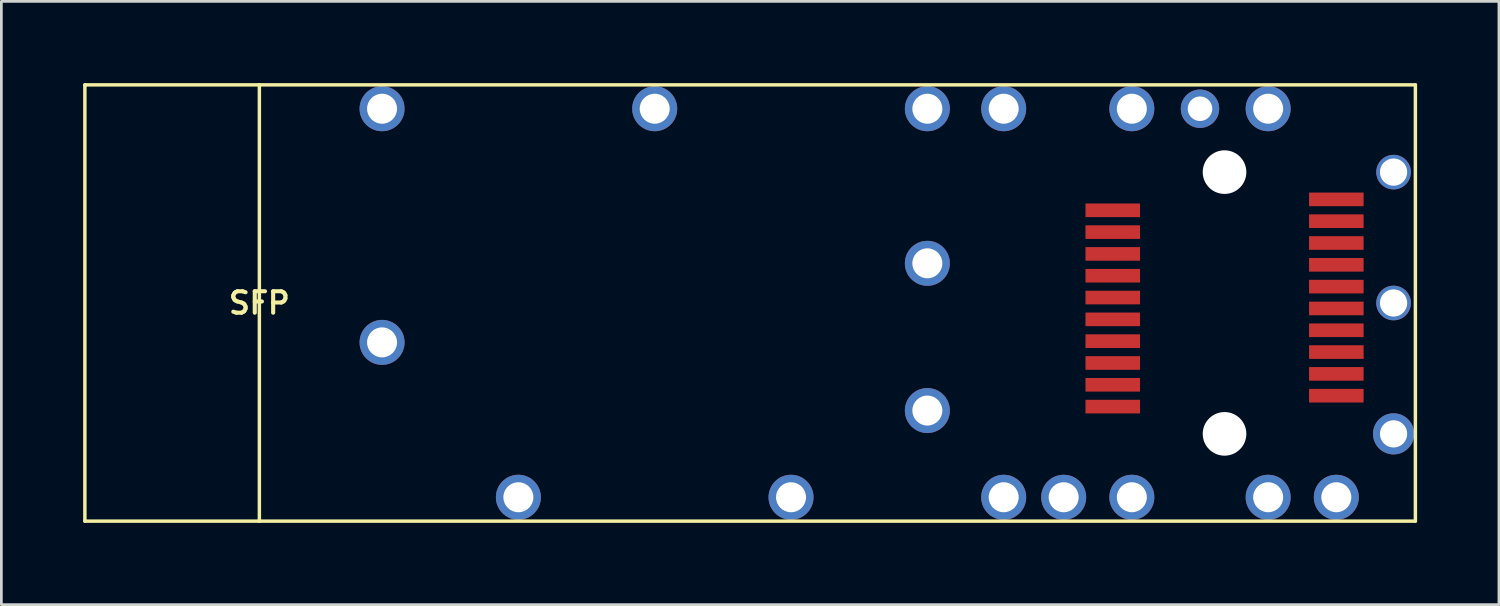
<source format=kicad_pcb>
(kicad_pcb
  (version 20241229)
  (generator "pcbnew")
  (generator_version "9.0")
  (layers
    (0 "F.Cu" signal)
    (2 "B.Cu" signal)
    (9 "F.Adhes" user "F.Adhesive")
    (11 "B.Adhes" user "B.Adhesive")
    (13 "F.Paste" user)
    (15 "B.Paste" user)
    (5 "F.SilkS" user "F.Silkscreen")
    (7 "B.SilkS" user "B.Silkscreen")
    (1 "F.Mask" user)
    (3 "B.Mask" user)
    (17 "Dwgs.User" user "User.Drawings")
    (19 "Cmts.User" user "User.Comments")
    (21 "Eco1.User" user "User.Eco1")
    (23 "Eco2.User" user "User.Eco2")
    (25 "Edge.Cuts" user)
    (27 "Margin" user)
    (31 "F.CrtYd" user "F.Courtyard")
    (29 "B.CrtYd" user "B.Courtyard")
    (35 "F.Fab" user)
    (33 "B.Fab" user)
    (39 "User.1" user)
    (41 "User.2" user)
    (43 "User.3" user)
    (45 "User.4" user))
  (footprint "SFP"
    (layer "F.Cu")
    (at 6.463 8.063)
    (property "Reference" "SFP" (at 0 0 0) (layer "F.SilkS") (effects (font (size 0.787 0.787) (thickness 0.15))))
    (attr through_hole)
    (fp_line (start -6.4 -8) (end -6.4 8) (stroke (width 0.127) (type solid)) (layer "F.SilkS"))
    (fp_line (start -6.4 8) (end 0 8) (stroke (width 0.127) (type solid)) (layer "F.SilkS"))
    (fp_line (start 0 -8) (end -6.4 -8) (stroke (width 0.127) (type solid)) (layer "F.SilkS"))
    (fp_line (start 0 -8) (end 0 8) (stroke (width 0.127) (type solid)) (layer "F.SilkS"))
    (fp_line (start 0 8) (end 42.4 8) (stroke (width 0.127) (type solid)) (layer "F.SilkS"))
    (fp_line (start 42.4 -8) (end 0 -8) (stroke (width 0.127) (type solid)) (layer "F.SilkS"))
    (fp_line (start 42.4 8) (end 42.4 -8) (stroke (width 0.127) (type solid)) (layer "F.SilkS"))
    (pad "" np_thru_hole circle (at 35.4 -4.8) (size 1.6 1.6) (drill 1.6) (layers "*.Cu" "*.Mask"))
    (pad "" np_thru_hole circle (at 35.4 4.8) (size 1.6 1.6) (drill 1.6) (layers "*.Cu" "*.Mask"))
    (pad "1" smd rect (at 31.3 -3.4) (size 2 0.5) (layers "F.Cu" "F.Mask" "F.Paste"))
    (pad "2" smd rect (at 31.3 -2.6) (size 2 0.5) (layers "F.Cu" "F.Mask" "F.Paste"))
    (pad "3" smd rect (at 31.3 -1.8) (size 2 0.5) (layers "F.Cu" "F.Mask" "F.Paste"))
    (pad "4" smd rect (at 31.3 -1) (size 2 0.5) (layers "F.Cu" "F.Mask" "F.Paste"))
    (pad "5" smd rect (at 31.3 -0.2) (size 2 0.5) (layers "F.Cu" "F.Mask" "F.Paste"))
    (pad "6" smd rect (at 31.3 0.6) (size 2 0.5) (layers "F.Cu" "F.Mask" "F.Paste"))
    (pad "7" smd rect (at 31.3 1.4) (size 2 0.5) (layers "F.Cu" "F.Mask" "F.Paste"))
    (pad "8" smd rect (at 31.3 2.2) (size 2 0.5) (layers "F.Cu" "F.Mask" "F.Paste"))
    (pad "9" smd rect (at 31.3 3) (size 2 0.5) (layers "F.Cu" "F.Mask" "F.Paste"))
    (pad "10" smd rect (at 31.3 3.8) (size 2 0.5) (layers "F.Cu" "F.Mask" "F.Paste"))
    (pad "11" smd rect (at 39.5 3.4) (size 2 0.5) (layers "F.Cu" "F.Mask" "F.Paste"))
    (pad "12" smd rect (at 39.5 2.6) (size 2 0.5) (layers "F.Cu" "F.Mask" "F.Paste"))
    (pad "13" smd rect (at 39.5 1.8) (size 2 0.5) (layers "F.Cu" "F.Mask" "F.Paste"))
    (pad "14" smd rect (at 39.5 1) (size 2 0.5) (layers "F.Cu" "F.Mask" "F.Paste"))
    (pad "15" smd rect (at 39.5 0.2) (size 2 0.5) (layers "F.Cu" "F.Mask" "F.Paste"))
    (pad "16" smd rect (at 39.5 -0.6) (size 2 0.5) (layers "F.Cu" "F.Mask" "F.Paste"))
    (pad "17" smd rect (at 39.5 -1.4) (size 2 0.5) (layers "F.Cu" "F.Mask" "F.Paste"))
    (pad "18" smd rect (at 39.5 -2.2) (size 2 0.5) (layers "F.Cu" "F.Mask" "F.Paste"))
    (pad "19" smd rect (at 39.5 -3) (size 2 0.5) (layers "F.Cu" "F.Mask" "F.Paste"))
    (pad "20" smd rect (at 39.5 -3.8) (size 2 0.5) (layers "F.Cu" "F.Mask" "F.Paste"))
    (pad "P$1" thru_hole circle (at 4.5 1.445) (size 1.65 1.65) (drill 1.1) (layers "*.Cu" "*.Mask"))
    (pad "P$2" thru_hole circle (at 14.5 -7.125) (size 1.65 1.65) (drill 1.1) (layers "*.Cu" "*.Mask"))
    (pad "P$3" thru_hole circle (at 24.5 -7.125) (size 1.65 1.65) (drill 1.1) (layers "*.Cu" "*.Mask"))
    (pad "P$4" thru_hole circle (at 4.5 -7.125) (size 1.65 1.65) (drill 1.1) (layers "*.Cu" "*.Mask"))
    (pad "P$5" thru_hole circle (at 9.5 7.125) (size 1.65 1.65) (drill 1.1) (layers "*.Cu" "*.Mask"))
    (pad "P$6" thru_hole circle (at 19.5 7.125) (size 1.65 1.65) (drill 1.1) (layers "*.Cu" "*.Mask"))
    (pad "P$7" thru_hole circle (at 24.5 -1.455) (size 1.65 1.65) (drill 1.1) (layers "*.Cu" "*.Mask"))
    (pad "P$8" thru_hole circle (at 24.5 3.945) (size 1.65 1.65) (drill 1.1) (layers "*.Cu" "*.Mask"))
    (pad "P$9" thru_hole circle (at 27.3 -7.125) (size 1.65 1.65) (drill 1.1) (layers "*.Cu" "*.Mask"))
    (pad "P$10" thru_hole circle (at 32 -7.125) (size 1.65 1.65) (drill 1.1) (layers "*.Cu" "*.Mask"))
    (pad "P$11" thru_hole circle (at 27.3 7.125) (size 1.65 1.65) (drill 1.1) (layers "*.Cu" "*.Mask"))
    (pad "P$12" thru_hole circle (at 32 7.125) (size 1.65 1.65) (drill 1.1) (layers "*.Cu" "*.Mask"))
    (pad "P$13" thru_hole circle (at 29.5 7.125) (size 1.65 1.65) (drill 1.1) (layers "*.Cu" "*.Mask"))
    (pad "P$14" thru_hole circle (at 34.5 -7.125) (size 1.408 1.408) (drill 0.9) (layers "*.Cu" "*.Mask"))
    (pad "P$15" thru_hole circle (at 37 -7.125) (size 1.65 1.65) (drill 1.1) (layers "*.Cu" "*.Mask"))
    (pad "P$16" thru_hole circle (at 37 7.125) (size 1.65 1.65) (drill 1.1) (layers "*.Cu" "*.Mask"))
    (pad "P$16" thru_hole circle (at 39.5 7.125) (size 1.65 1.65) (drill 1.1) (layers "*.Cu" "*.Mask"))
    (pad "P$17" thru_hole circle (at 41.6 -4.8) (size 1.27 1.27) (drill 1) (layers "*.Cu" "*.Mask"))
    (pad "P$18" thru_hole circle (at 41.6 0) (size 1.27 1.27) (drill 1) (layers "*.Cu" "*.Mask"))
    (pad "P$19" thru_hole circle (at 41.6 4.8) (size 1.508 1.508) (drill 1) (layers "*.Cu" "*.Mask")))
  (gr_rect
    (start -3 -3)
    (end 51.927 19.127)
    (stroke (width 0.1) (type default))
    (fill no)
    (layer "Edge.Cuts")))
</source>
